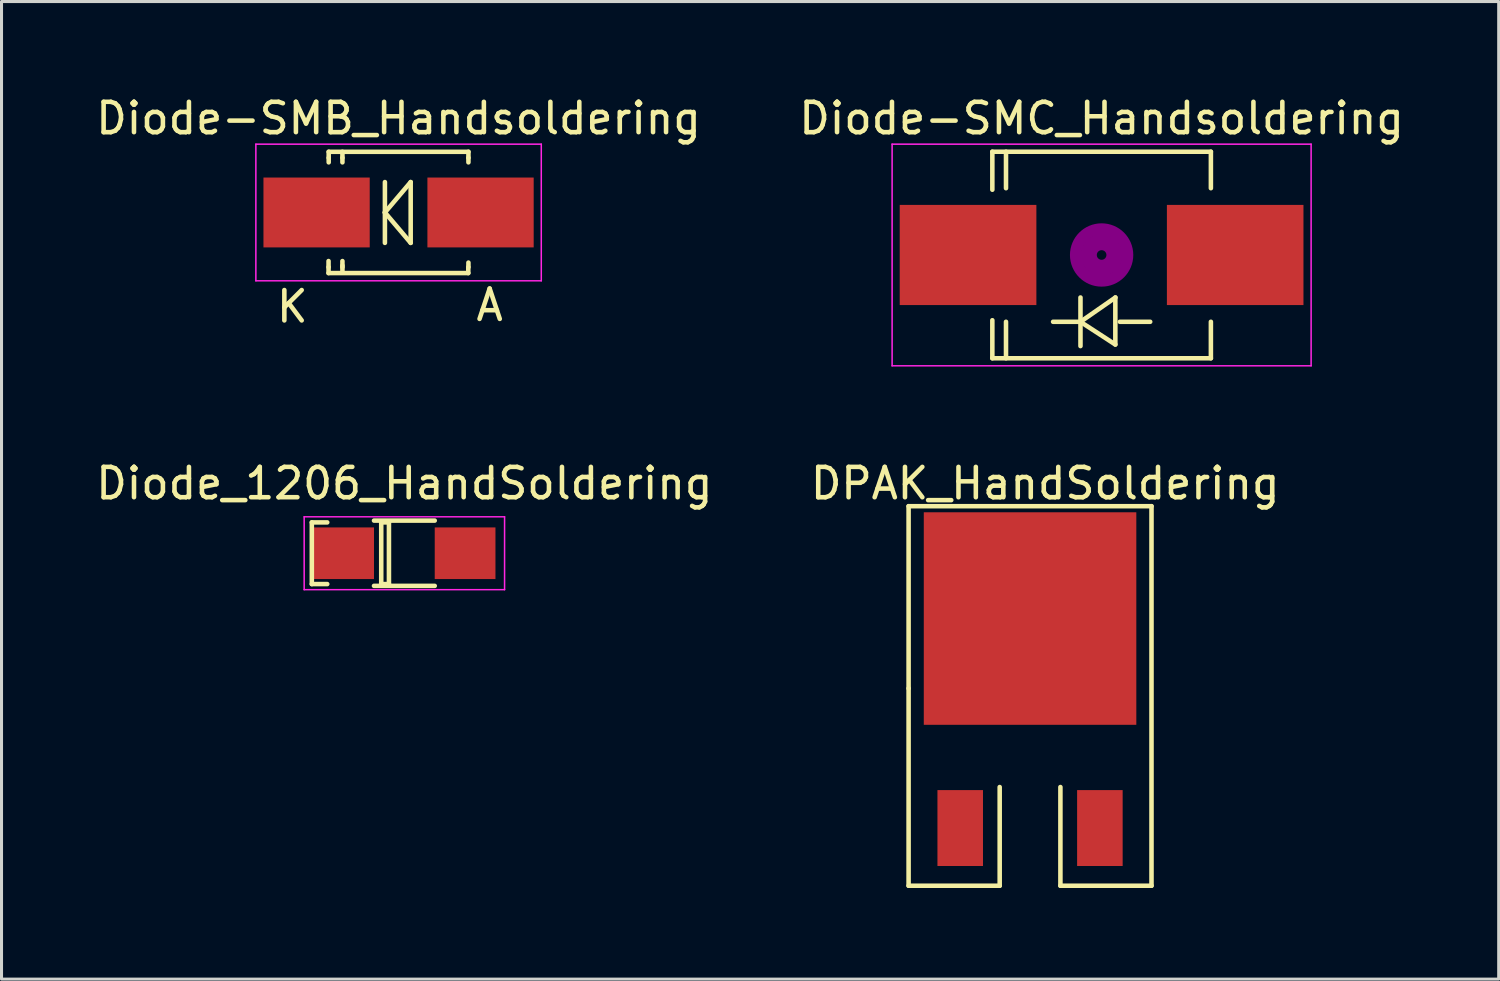
<source format=kicad_pcb>
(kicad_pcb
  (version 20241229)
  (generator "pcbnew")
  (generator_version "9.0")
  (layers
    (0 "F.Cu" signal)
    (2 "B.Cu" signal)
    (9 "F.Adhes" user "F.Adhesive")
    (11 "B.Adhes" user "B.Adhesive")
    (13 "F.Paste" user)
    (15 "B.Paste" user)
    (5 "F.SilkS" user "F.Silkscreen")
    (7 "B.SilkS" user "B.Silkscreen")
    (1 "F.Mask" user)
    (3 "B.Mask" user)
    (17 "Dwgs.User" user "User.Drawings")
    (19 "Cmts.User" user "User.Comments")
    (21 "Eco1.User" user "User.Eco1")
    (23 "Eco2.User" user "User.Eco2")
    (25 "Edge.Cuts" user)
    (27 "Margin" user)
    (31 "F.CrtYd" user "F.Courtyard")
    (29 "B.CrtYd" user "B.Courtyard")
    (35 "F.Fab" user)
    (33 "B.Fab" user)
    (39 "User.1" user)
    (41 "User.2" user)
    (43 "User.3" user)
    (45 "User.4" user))
  (footprint "DPAK_HandSoldering"
    (layer "F.Cu")
    (at 30.875 19.622)
    (property "Reference" "DPAK_HandSoldering" (at 0.5 -6.75 180) (layer "F.SilkS") (effects (font (size 1 1) (thickness 0.15))))
    (attr through_hole)
    (fp_line (start -4 -6) (end 4 -6) (stroke (width 0.15) (type solid)) (layer "F.SilkS"))
    (fp_line (start -4 0) (end -4 -6) (stroke (width 0.15) (type solid)) (layer "F.SilkS"))
    (fp_line (start -4 0) (end -4 6.5) (stroke (width 0.15) (type solid)) (layer "F.SilkS"))
    (fp_line (start -4 6.5) (end -1 6.5) (stroke (width 0.15) (type solid)) (layer "F.SilkS"))
    (fp_line (start -1 6.5) (end -1 3.25) (stroke (width 0.15) (type solid)) (layer "F.SilkS"))
    (fp_line (start 1 6.5) (end 1 3.25) (stroke (width 0.15) (type solid)) (layer "F.SilkS"))
    (fp_line (start 4 -6) (end 4 6.5) (stroke (width 0.15) (type solid)) (layer "F.SilkS"))
    (fp_line (start 4 6.5) (end 1 6.5) (stroke (width 0.15) (type solid)) (layer "F.SilkS"))
    (pad "1" smd rect (at -2.3 4.6) (size 1.5 2.5) (layers "F.Cu" "F.Mask" "F.Paste"))
    (pad "2" smd rect (at 0 -2.3) (size 7 7) (layers "F.Cu" "F.Mask" "F.Paste"))
    (pad "3" smd rect (at 2.3 4.6) (size 1.5 2.5) (layers "F.Cu" "F.Mask" "F.Paste")))
  (footprint "Diode-SMC_Handsoldering"
    (layer "F.Cu")
    (at 33.232 5.348)
    (property "Reference" "Diode-SMC_Handsoldering" (at 0 -4.5 0) (layer "F.SilkS") (effects (font (size 1 1) (thickness 0.15))))
    (attr smd)
    (fp_line (start -3.599 -3.401) (end -3.599 -2.149) (stroke (width 0.15) (type solid)) (layer "F.SilkS"))
    (fp_line (start -3.599 -3.401) (end 3.599 -3.401) (stroke (width 0.15) (type solid)) (layer "F.SilkS"))
    (fp_line (start -3.599 3.401) (end -3.599 2.149) (stroke (width 0.15) (type solid)) (layer "F.SilkS"))
    (fp_line (start -3.599 3.401) (end 3.599 3.401) (stroke (width 0.15) (type solid)) (layer "F.SilkS"))
    (fp_line (start -3.149 -3.401) (end -3.149 -2.2) (stroke (width 0.15) (type solid)) (layer "F.SilkS"))
    (fp_line (start -3.149 3.401) (end -3.149 2.2) (stroke (width 0.15) (type solid)) (layer "F.SilkS"))
    (fp_line (start -0.699 2.2) (end 0.452 2.949) (stroke (width 0.15) (type solid)) (layer "F.SilkS"))
    (fp_line (start -0.696 1.4) (end -0.696 3) (stroke (width 0.15) (type solid)) (layer "F.SilkS"))
    (fp_line (start -0.696 2.2) (end -1.598 2.2) (stroke (width 0.15) (type solid)) (layer "F.SilkS"))
    (fp_line (start -0.696 2.2) (end 0.455 1.4) (stroke (width 0.15) (type solid)) (layer "F.SilkS"))
    (fp_line (start 0.452 2.949) (end 0.452 1.4) (stroke (width 0.15) (type solid)) (layer "F.SilkS"))
    (fp_line (start 0.602 2.2) (end 1.6 2.2) (stroke (width 0.15) (type solid)) (layer "F.SilkS"))
    (fp_line (start 3.599 -3.401) (end 3.599 -2.2) (stroke (width 0.15) (type solid)) (layer "F.SilkS"))
    (fp_line (start 3.599 3.401) (end 3.599 2.2) (stroke (width 0.15) (type solid)) (layer "F.SilkS"))
    (fp_circle (center 0 0) (end 0.15 0.051) (stroke (width 0.381) (type solid)) (fill no) (layer "F.Adhes"))
    (fp_circle (center 0 0) (end 0.5 0.051) (stroke (width 0.381) (type solid)) (fill no) (layer "F.Adhes"))
    (fp_circle (center 0 0) (end 0.851 0.051) (stroke (width 0.381) (type solid)) (fill no) (layer "F.Adhes"))
    (fp_line (start -6.9 -3.65) (end 6.9 -3.65) (stroke (width 0.05) (type solid)) (layer "F.CrtYd"))
    (fp_line (start -6.9 3.65) (end -6.9 -3.65) (stroke (width 0.05) (type solid)) (layer "F.CrtYd"))
    (fp_line (start 6.9 -3.65) (end 6.9 3.65) (stroke (width 0.05) (type solid)) (layer "F.CrtYd"))
    (fp_line (start 6.9 3.65) (end -6.9 3.65) (stroke (width 0.05) (type solid)) (layer "F.CrtYd"))
    (pad "1" smd rect (at -4.399 0 90) (size 3.299 4.501) (layers "F.Cu" "F.Mask" "F.Paste"))
    (pad "2" smd rect (at 4.399 0 90) (size 3.299 4.498) (layers "F.Cu" "F.Mask" "F.Paste")))
  (footprint "Diode_1206_HandSoldering"
    (layer "F.Cu")
    (at 10.268 15.171)
    (property "Reference" "Diode_1206_HandSoldering" (at 0 -2.3 0) (layer "F.SilkS") (effects (font (size 1 1) (thickness 0.15))))
    (attr smd)
    (fp_line (start -3.048 -1.016) (end -3.048 1.016) (stroke (width 0.15) (type solid)) (layer "F.SilkS"))
    (fp_line (start -3.048 1.016) (end -2.54 1.016) (stroke (width 0.15) (type solid)) (layer "F.SilkS"))
    (fp_line (start -2.54 -1.016) (end -3.048 -1.016) (stroke (width 0.15) (type solid)) (layer "F.SilkS"))
    (fp_line (start -1 -1.075) (end 1 -1.075) (stroke (width 0.15) (type solid)) (layer "F.SilkS"))
    (fp_line (start -0.762 -1.016) (end -0.762 1.016) (stroke (width 0.15) (type solid)) (layer "F.SilkS"))
    (fp_line (start -0.762 1.016) (end -0.508 1.016) (stroke (width 0.15) (type solid)) (layer "F.SilkS"))
    (fp_line (start -0.508 -1.016) (end -0.762 -1.016) (stroke (width 0.15) (type solid)) (layer "F.SilkS"))
    (fp_line (start -0.508 1.016) (end -0.508 -1.016) (stroke (width 0.15) (type solid)) (layer "F.SilkS"))
    (fp_line (start 1 1.075) (end -1 1.075) (stroke (width 0.15) (type solid)) (layer "F.SilkS"))
    (fp_line (start -3.3 -1.2) (end -3.3 1.2) (stroke (width 0.05) (type solid)) (layer "F.CrtYd"))
    (fp_line (start -3.3 -1.2) (end 3.3 -1.2) (stroke (width 0.05) (type solid)) (layer "F.CrtYd"))
    (fp_line (start -3.3 1.2) (end 3.3 1.2) (stroke (width 0.05) (type solid)) (layer "F.CrtYd"))
    (fp_line (start 3.3 -1.2) (end 3.3 1.2) (stroke (width 0.05) (type solid)) (layer "F.CrtYd"))
    (pad "1" smd rect (at -2 0) (size 2 1.7) (layers "F.Cu" "F.Mask" "F.Paste"))
    (pad "2" smd rect (at 2 0) (size 2 1.7) (layers "F.Cu" "F.Mask" "F.Paste")))
  (footprint "Diode-SMB_Handsoldering"
    (layer "F.Cu")
    (at 10.077 3.948)
    (property "Reference" "Diode-SMB_Handsoldering" (at 0 -3.1 0) (layer "F.SilkS") (effects (font (size 1 1) (thickness 0.15))))
    (attr smd)
    (fp_line (start -2.306 1.8) (end -2.306 1.6) (stroke (width 0.15) (type solid)) (layer "F.SilkS"))
    (fp_line (start -2.306 1.996) (end -2.306 1.798) (stroke (width 0.15) (type solid)) (layer "F.SilkS"))
    (fp_line (start -2.306 1.996) (end 2.296 1.996) (stroke (width 0.15) (type solid)) (layer "F.SilkS"))
    (fp_line (start -2.301 -1.999) (end -2.301 -1.801) (stroke (width 0.15) (type solid)) (layer "F.SilkS"))
    (fp_line (start -2.301 -1.999) (end 2.301 -1.999) (stroke (width 0.15) (type solid)) (layer "F.SilkS"))
    (fp_line (start -2.301 -1.8) (end -2.301 -1.651) (stroke (width 0.15) (type solid)) (layer "F.SilkS"))
    (fp_line (start -1.849 -1.999) (end -1.849 -1.801) (stroke (width 0.15) (type solid)) (layer "F.SilkS"))
    (fp_line (start -1.849 -1.8) (end -1.849 -1.651) (stroke (width 0.15) (type solid)) (layer "F.SilkS"))
    (fp_line (start -1.849 1.8) (end -1.849 1.601) (stroke (width 0.15) (type solid)) (layer "F.SilkS"))
    (fp_line (start -1.849 1.949) (end -1.849 1.751) (stroke (width 0.15) (type solid)) (layer "F.SilkS"))
    (fp_line (start -0.45 0) (end -0.45 -1.001) (stroke (width 0.15) (type solid)) (layer "F.SilkS"))
    (fp_line (start -0.45 0) (end -0.45 1.001) (stroke (width 0.15) (type solid)) (layer "F.SilkS"))
    (fp_line (start -0.45 0) (end 0.399 -1.001) (stroke (width 0.15) (type solid)) (layer "F.SilkS"))
    (fp_line (start 0.399 -1.001) (end 0.399 1.001) (stroke (width 0.15) (type solid)) (layer "F.SilkS"))
    (fp_line (start 0.399 1.001) (end -0.45 0) (stroke (width 0.15) (type solid)) (layer "F.SilkS"))
    (fp_line (start 2.296 1.996) (end 2.296 1.798) (stroke (width 0.15) (type solid)) (layer "F.SilkS"))
    (fp_line (start 2.301 -1.999) (end 2.301 -1.801) (stroke (width 0.15) (type solid)) (layer "F.SilkS"))
    (fp_line (start 2.301 -1.8) (end 2.301 -1.651) (stroke (width 0.15) (type solid)) (layer "F.SilkS"))
    (fp_line (start 2.301 1.8) (end 2.301 1.651) (stroke (width 0.15) (type solid)) (layer "F.SilkS"))
    (fp_line (start -4.7 -2.25) (end 4.7 -2.25) (stroke (width 0.05) (type solid)) (layer "F.CrtYd"))
    (fp_line (start -4.7 2.25) (end -4.7 -2.25) (stroke (width 0.05) (type solid)) (layer "F.CrtYd"))
    (fp_line (start 4.7 -2.25) (end 4.7 2.25) (stroke (width 0.05) (type solid)) (layer "F.CrtYd"))
    (fp_line (start 4.7 2.25) (end -4.7 2.25) (stroke (width 0.05) (type solid)) (layer "F.CrtYd"))
    (fp_text user "A" (at 3 3.05 0) (layer "F.SilkS") (effects (font (size 1 1) (thickness 0.15))))
    (fp_text user "K" (at -3.5 3.1 0) (layer "F.SilkS") (effects (font (size 1 1) (thickness 0.15))))
    (pad "1" smd rect (at -2.7 0) (size 3.5 2.301) (layers "F.Cu" "F.Mask" "F.Paste"))
    (pad "2" smd rect (at 2.7 0) (size 3.5 2.301) (layers "F.Cu" "F.Mask" "F.Paste")))
  (gr_rect
    (start -3 -3)
    (end 46.31 29.197)
    (stroke (width 0.1) (type default))
    (fill no)
    (layer "Edge.Cuts")))
</source>
